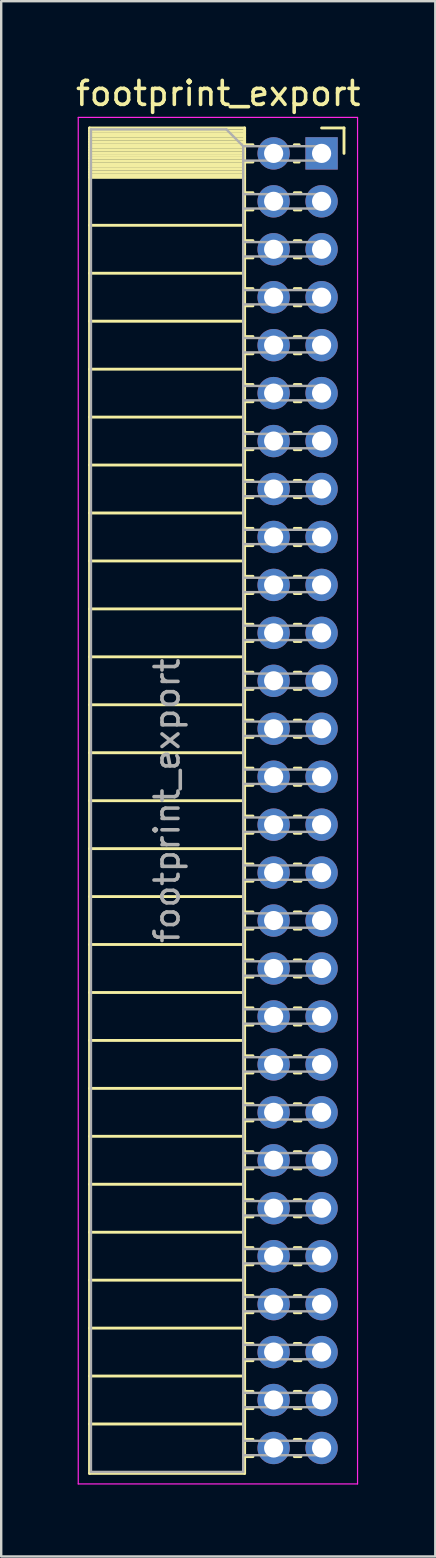
<source format=kicad_pcb>
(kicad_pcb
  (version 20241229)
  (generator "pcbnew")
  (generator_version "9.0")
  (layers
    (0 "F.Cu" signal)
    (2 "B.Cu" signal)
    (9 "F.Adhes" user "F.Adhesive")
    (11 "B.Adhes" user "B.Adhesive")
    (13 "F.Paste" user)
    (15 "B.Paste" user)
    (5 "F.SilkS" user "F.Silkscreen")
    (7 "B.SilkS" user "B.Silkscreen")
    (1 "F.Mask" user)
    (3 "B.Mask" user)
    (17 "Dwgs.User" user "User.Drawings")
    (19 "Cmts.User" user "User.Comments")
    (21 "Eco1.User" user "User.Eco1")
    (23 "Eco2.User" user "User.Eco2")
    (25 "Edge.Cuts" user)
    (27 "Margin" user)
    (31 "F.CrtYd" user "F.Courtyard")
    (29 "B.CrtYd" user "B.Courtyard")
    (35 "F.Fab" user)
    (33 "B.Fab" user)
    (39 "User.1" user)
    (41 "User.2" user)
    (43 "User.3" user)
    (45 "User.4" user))
  (footprint "footprint_export"
    (layer "F.Cu")
    (at 10.364 3.348)
    (property "Reference" "footprint_export" (at -4.31 -2.5 0) (layer "F.SilkS") (effects (font (size 1 1) (thickness 0.15))))
    (attr through_hole)
    (fp_line (start -9.68 -1.06) (end -9.68 55.06) (stroke (width 0.12) (type solid)) (layer "F.SilkS"))
    (fp_line (start -9.68 -1.06) (end -3.21 -1.06) (stroke (width 0.12) (type solid)) (layer "F.SilkS"))
    (fp_line (start -9.68 -0.94) (end -3.21 -0.94) (stroke (width 0.12) (type solid)) (layer "F.SilkS"))
    (fp_line (start -9.68 -0.826) (end -3.21 -0.826) (stroke (width 0.12) (type solid)) (layer "F.SilkS"))
    (fp_line (start -9.68 -0.712) (end -3.21 -0.712) (stroke (width 0.12) (type solid)) (layer "F.SilkS"))
    (fp_line (start -9.68 -0.598) (end -3.21 -0.598) (stroke (width 0.12) (type solid)) (layer "F.SilkS"))
    (fp_line (start -9.68 -0.484) (end -3.21 -0.484) (stroke (width 0.12) (type solid)) (layer "F.SilkS"))
    (fp_line (start -9.68 -0.369) (end -3.21 -0.369) (stroke (width 0.12) (type solid)) (layer "F.SilkS"))
    (fp_line (start -9.68 -0.255) (end -3.21 -0.255) (stroke (width 0.12) (type solid)) (layer "F.SilkS"))
    (fp_line (start -9.68 -0.141) (end -3.21 -0.141) (stroke (width 0.12) (type solid)) (layer "F.SilkS"))
    (fp_line (start -9.68 -0.027) (end -3.21 -0.027) (stroke (width 0.12) (type solid)) (layer "F.SilkS"))
    (fp_line (start -9.68 0.087) (end -3.21 0.087) (stroke (width 0.12) (type solid)) (layer "F.SilkS"))
    (fp_line (start -9.68 0.201) (end -3.21 0.201) (stroke (width 0.12) (type solid)) (layer "F.SilkS"))
    (fp_line (start -9.68 0.315) (end -3.21 0.315) (stroke (width 0.12) (type solid)) (layer "F.SilkS"))
    (fp_line (start -9.68 0.429) (end -3.21 0.429) (stroke (width 0.12) (type solid)) (layer "F.SilkS"))
    (fp_line (start -9.68 0.544) (end -3.21 0.544) (stroke (width 0.12) (type solid)) (layer "F.SilkS"))
    (fp_line (start -9.68 0.658) (end -3.21 0.658) (stroke (width 0.12) (type solid)) (layer "F.SilkS"))
    (fp_line (start -9.68 0.772) (end -3.21 0.772) (stroke (width 0.12) (type solid)) (layer "F.SilkS"))
    (fp_line (start -9.68 0.886) (end -3.21 0.886) (stroke (width 0.12) (type solid)) (layer "F.SilkS"))
    (fp_line (start -9.68 1) (end -3.21 1) (stroke (width 0.12) (type solid)) (layer "F.SilkS"))
    (fp_line (start -9.68 3) (end -3.21 3) (stroke (width 0.12) (type solid)) (layer "F.SilkS"))
    (fp_line (start -9.68 5) (end -3.21 5) (stroke (width 0.12) (type solid)) (layer "F.SilkS"))
    (fp_line (start -9.68 7) (end -3.21 7) (stroke (width 0.12) (type solid)) (layer "F.SilkS"))
    (fp_line (start -9.68 9) (end -3.21 9) (stroke (width 0.12) (type solid)) (layer "F.SilkS"))
    (fp_line (start -9.68 11) (end -3.21 11) (stroke (width 0.12) (type solid)) (layer "F.SilkS"))
    (fp_line (start -9.68 13) (end -3.21 13) (stroke (width 0.12) (type solid)) (layer "F.SilkS"))
    (fp_line (start -9.68 15) (end -3.21 15) (stroke (width 0.12) (type solid)) (layer "F.SilkS"))
    (fp_line (start -9.68 17) (end -3.21 17) (stroke (width 0.12) (type solid)) (layer "F.SilkS"))
    (fp_line (start -9.68 19) (end -3.21 19) (stroke (width 0.12) (type solid)) (layer "F.SilkS"))
    (fp_line (start -9.68 21) (end -3.21 21) (stroke (width 0.12) (type solid)) (layer "F.SilkS"))
    (fp_line (start -9.68 23) (end -3.21 23) (stroke (width 0.12) (type solid)) (layer "F.SilkS"))
    (fp_line (start -9.68 25) (end -3.21 25) (stroke (width 0.12) (type solid)) (layer "F.SilkS"))
    (fp_line (start -9.68 27) (end -3.21 27) (stroke (width 0.12) (type solid)) (layer "F.SilkS"))
    (fp_line (start -9.68 29) (end -3.21 29) (stroke (width 0.12) (type solid)) (layer "F.SilkS"))
    (fp_line (start -9.68 31) (end -3.21 31) (stroke (width 0.12) (type solid)) (layer "F.SilkS"))
    (fp_line (start -9.68 33) (end -3.21 33) (stroke (width 0.12) (type solid)) (layer "F.SilkS"))
    (fp_line (start -9.68 35) (end -3.21 35) (stroke (width 0.12) (type solid)) (layer "F.SilkS"))
    (fp_line (start -9.68 37) (end -3.21 37) (stroke (width 0.12) (type solid)) (layer "F.SilkS"))
    (fp_line (start -9.68 39) (end -3.21 39) (stroke (width 0.12) (type solid)) (layer "F.SilkS"))
    (fp_line (start -9.68 41) (end -3.21 41) (stroke (width 0.12) (type solid)) (layer "F.SilkS"))
    (fp_line (start -9.68 43) (end -3.21 43) (stroke (width 0.12) (type solid)) (layer "F.SilkS"))
    (fp_line (start -9.68 45) (end -3.21 45) (stroke (width 0.12) (type solid)) (layer "F.SilkS"))
    (fp_line (start -9.68 47) (end -3.21 47) (stroke (width 0.12) (type solid)) (layer "F.SilkS"))
    (fp_line (start -9.68 49) (end -3.21 49) (stroke (width 0.12) (type solid)) (layer "F.SilkS"))
    (fp_line (start -9.68 51) (end -3.21 51) (stroke (width 0.12) (type solid)) (layer "F.SilkS"))
    (fp_line (start -9.68 53) (end -3.21 53) (stroke (width 0.12) (type solid)) (layer "F.SilkS"))
    (fp_line (start -9.68 55.06) (end -3.21 55.06) (stroke (width 0.12) (type solid)) (layer "F.SilkS"))
    (fp_line (start -3.21 -1.06) (end -3.21 55.06) (stroke (width 0.12) (type solid)) (layer "F.SilkS"))
    (fp_line (start -3.21 -0.36) (end -2.863 -0.36) (stroke (width 0.12) (type solid)) (layer "F.SilkS"))
    (fp_line (start -3.21 0.36) (end -2.863 0.36) (stroke (width 0.12) (type solid)) (layer "F.SilkS"))
    (fp_line (start -3.21 1.64) (end -2.863 1.64) (stroke (width 0.12) (type solid)) (layer "F.SilkS"))
    (fp_line (start -3.21 2.36) (end -2.863 2.36) (stroke (width 0.12) (type solid)) (layer "F.SilkS"))
    (fp_line (start -3.21 3.64) (end -2.863 3.64) (stroke (width 0.12) (type solid)) (layer "F.SilkS"))
    (fp_line (start -3.21 4.36) (end -2.863 4.36) (stroke (width 0.12) (type solid)) (layer "F.SilkS"))
    (fp_line (start -3.21 5.64) (end -2.863 5.64) (stroke (width 0.12) (type solid)) (layer "F.SilkS"))
    (fp_line (start -3.21 6.36) (end -2.863 6.36) (stroke (width 0.12) (type solid)) (layer "F.SilkS"))
    (fp_line (start -3.21 7.64) (end -2.863 7.64) (stroke (width 0.12) (type solid)) (layer "F.SilkS"))
    (fp_line (start -3.21 8.36) (end -2.863 8.36) (stroke (width 0.12) (type solid)) (layer "F.SilkS"))
    (fp_line (start -3.21 9.64) (end -2.863 9.64) (stroke (width 0.12) (type solid)) (layer "F.SilkS"))
    (fp_line (start -3.21 10.36) (end -2.863 10.36) (stroke (width 0.12) (type solid)) (layer "F.SilkS"))
    (fp_line (start -3.21 11.64) (end -2.863 11.64) (stroke (width 0.12) (type solid)) (layer "F.SilkS"))
    (fp_line (start -3.21 12.36) (end -2.863 12.36) (stroke (width 0.12) (type solid)) (layer "F.SilkS"))
    (fp_line (start -3.21 13.64) (end -2.863 13.64) (stroke (width 0.12) (type solid)) (layer "F.SilkS"))
    (fp_line (start -3.21 14.36) (end -2.863 14.36) (stroke (width 0.12) (type solid)) (layer "F.SilkS"))
    (fp_line (start -3.21 15.64) (end -2.863 15.64) (stroke (width 0.12) (type solid)) (layer "F.SilkS"))
    (fp_line (start -3.21 16.36) (end -2.863 16.36) (stroke (width 0.12) (type solid)) (layer "F.SilkS"))
    (fp_line (start -3.21 17.64) (end -2.863 17.64) (stroke (width 0.12) (type solid)) (layer "F.SilkS"))
    (fp_line (start -3.21 18.36) (end -2.863 18.36) (stroke (width 0.12) (type solid)) (layer "F.SilkS"))
    (fp_line (start -3.21 19.64) (end -2.863 19.64) (stroke (width 0.12) (type solid)) (layer "F.SilkS"))
    (fp_line (start -3.21 20.36) (end -2.863 20.36) (stroke (width 0.12) (type solid)) (layer "F.SilkS"))
    (fp_line (start -3.21 21.64) (end -2.863 21.64) (stroke (width 0.12) (type solid)) (layer "F.SilkS"))
    (fp_line (start -3.21 22.36) (end -2.863 22.36) (stroke (width 0.12) (type solid)) (layer "F.SilkS"))
    (fp_line (start -3.21 23.64) (end -2.863 23.64) (stroke (width 0.12) (type solid)) (layer "F.SilkS"))
    (fp_line (start -3.21 24.36) (end -2.863 24.36) (stroke (width 0.12) (type solid)) (layer "F.SilkS"))
    (fp_line (start -3.21 25.64) (end -2.863 25.64) (stroke (width 0.12) (type solid)) (layer "F.SilkS"))
    (fp_line (start -3.21 26.36) (end -2.863 26.36) (stroke (width 0.12) (type solid)) (layer "F.SilkS"))
    (fp_line (start -3.21 27.64) (end -2.863 27.64) (stroke (width 0.12) (type solid)) (layer "F.SilkS"))
    (fp_line (start -3.21 28.36) (end -2.863 28.36) (stroke (width 0.12) (type solid)) (layer "F.SilkS"))
    (fp_line (start -3.21 29.64) (end -2.863 29.64) (stroke (width 0.12) (type solid)) (layer "F.SilkS"))
    (fp_line (start -3.21 30.36) (end -2.863 30.36) (stroke (width 0.12) (type solid)) (layer "F.SilkS"))
    (fp_line (start -3.21 31.64) (end -2.863 31.64) (stroke (width 0.12) (type solid)) (layer "F.SilkS"))
    (fp_line (start -3.21 32.36) (end -2.863 32.36) (stroke (width 0.12) (type solid)) (layer "F.SilkS"))
    (fp_line (start -3.21 33.64) (end -2.863 33.64) (stroke (width 0.12) (type solid)) (layer "F.SilkS"))
    (fp_line (start -3.21 34.36) (end -2.863 34.36) (stroke (width 0.12) (type solid)) (layer "F.SilkS"))
    (fp_line (start -3.21 35.64) (end -2.863 35.64) (stroke (width 0.12) (type solid)) (layer "F.SilkS"))
    (fp_line (start -3.21 36.36) (end -2.863 36.36) (stroke (width 0.12) (type solid)) (layer "F.SilkS"))
    (fp_line (start -3.21 37.64) (end -2.863 37.64) (stroke (width 0.12) (type solid)) (layer "F.SilkS"))
    (fp_line (start -3.21 38.36) (end -2.863 38.36) (stroke (width 0.12) (type solid)) (layer "F.SilkS"))
    (fp_line (start -3.21 39.64) (end -2.863 39.64) (stroke (width 0.12) (type solid)) (layer "F.SilkS"))
    (fp_line (start -3.21 40.36) (end -2.863 40.36) (stroke (width 0.12) (type solid)) (layer "F.SilkS"))
    (fp_line (start -3.21 41.64) (end -2.863 41.64) (stroke (width 0.12) (type solid)) (layer "F.SilkS"))
    (fp_line (start -3.21 42.36) (end -2.863 42.36) (stroke (width 0.12) (type solid)) (layer "F.SilkS"))
    (fp_line (start -3.21 43.64) (end -2.863 43.64) (stroke (width 0.12) (type solid)) (layer "F.SilkS"))
    (fp_line (start -3.21 44.36) (end -2.863 44.36) (stroke (width 0.12) (type solid)) (layer "F.SilkS"))
    (fp_line (start -3.21 45.64) (end -2.863 45.64) (stroke (width 0.12) (type solid)) (layer "F.SilkS"))
    (fp_line (start -3.21 46.36) (end -2.863 46.36) (stroke (width 0.12) (type solid)) (layer "F.SilkS"))
    (fp_line (start -3.21 47.64) (end -2.863 47.64) (stroke (width 0.12) (type solid)) (layer "F.SilkS"))
    (fp_line (start -3.21 48.36) (end -2.863 48.36) (stroke (width 0.12) (type solid)) (layer "F.SilkS"))
    (fp_line (start -3.21 49.64) (end -2.863 49.64) (stroke (width 0.12) (type solid)) (layer "F.SilkS"))
    (fp_line (start -3.21 50.36) (end -2.863 50.36) (stroke (width 0.12) (type solid)) (layer "F.SilkS"))
    (fp_line (start -3.21 51.64) (end -2.863 51.64) (stroke (width 0.12) (type solid)) (layer "F.SilkS"))
    (fp_line (start -3.21 52.36) (end -2.863 52.36) (stroke (width 0.12) (type solid)) (layer "F.SilkS"))
    (fp_line (start -3.21 53.64) (end -2.863 53.64) (stroke (width 0.12) (type solid)) (layer "F.SilkS"))
    (fp_line (start -3.21 54.36) (end -2.863 54.36) (stroke (width 0.12) (type solid)) (layer "F.SilkS"))
    (fp_line (start -1.137 -0.36) (end -0.935 -0.36) (stroke (width 0.12) (type solid)) (layer "F.SilkS"))
    (fp_line (start -1.137 0.36) (end -0.935 0.36) (stroke (width 0.12) (type solid)) (layer "F.SilkS"))
    (fp_line (start -1.137 1.64) (end -0.863 1.64) (stroke (width 0.12) (type solid)) (layer "F.SilkS"))
    (fp_line (start -1.137 2.36) (end -0.863 2.36) (stroke (width 0.12) (type solid)) (layer "F.SilkS"))
    (fp_line (start -1.137 3.64) (end -0.863 3.64) (stroke (width 0.12) (type solid)) (layer "F.SilkS"))
    (fp_line (start -1.137 4.36) (end -0.863 4.36) (stroke (width 0.12) (type solid)) (layer "F.SilkS"))
    (fp_line (start -1.137 5.64) (end -0.863 5.64) (stroke (width 0.12) (type solid)) (layer "F.SilkS"))
    (fp_line (start -1.137 6.36) (end -0.863 6.36) (stroke (width 0.12) (type solid)) (layer "F.SilkS"))
    (fp_line (start -1.137 7.64) (end -0.863 7.64) (stroke (width 0.12) (type solid)) (layer "F.SilkS"))
    (fp_line (start -1.137 8.36) (end -0.863 8.36) (stroke (width 0.12) (type solid)) (layer "F.SilkS"))
    (fp_line (start -1.137 9.64) (end -0.863 9.64) (stroke (width 0.12) (type solid)) (layer "F.SilkS"))
    (fp_line (start -1.137 10.36) (end -0.863 10.36) (stroke (width 0.12) (type solid)) (layer "F.SilkS"))
    (fp_line (start -1.137 11.64) (end -0.863 11.64) (stroke (width 0.12) (type solid)) (layer "F.SilkS"))
    (fp_line (start -1.137 12.36) (end -0.863 12.36) (stroke (width 0.12) (type solid)) (layer "F.SilkS"))
    (fp_line (start -1.137 13.64) (end -0.863 13.64) (stroke (width 0.12) (type solid)) (layer "F.SilkS"))
    (fp_line (start -1.137 14.36) (end -0.863 14.36) (stroke (width 0.12) (type solid)) (layer "F.SilkS"))
    (fp_line (start -1.137 15.64) (end -0.863 15.64) (stroke (width 0.12) (type solid)) (layer "F.SilkS"))
    (fp_line (start -1.137 16.36) (end -0.863 16.36) (stroke (width 0.12) (type solid)) (layer "F.SilkS"))
    (fp_line (start -1.137 17.64) (end -0.863 17.64) (stroke (width 0.12) (type solid)) (layer "F.SilkS"))
    (fp_line (start -1.137 18.36) (end -0.863 18.36) (stroke (width 0.12) (type solid)) (layer "F.SilkS"))
    (fp_line (start -1.137 19.64) (end -0.863 19.64) (stroke (width 0.12) (type solid)) (layer "F.SilkS"))
    (fp_line (start -1.137 20.36) (end -0.863 20.36) (stroke (width 0.12) (type solid)) (layer "F.SilkS"))
    (fp_line (start -1.137 21.64) (end -0.863 21.64) (stroke (width 0.12) (type solid)) (layer "F.SilkS"))
    (fp_line (start -1.137 22.36) (end -0.863 22.36) (stroke (width 0.12) (type solid)) (layer "F.SilkS"))
    (fp_line (start -1.137 23.64) (end -0.863 23.64) (stroke (width 0.12) (type solid)) (layer "F.SilkS"))
    (fp_line (start -1.137 24.36) (end -0.863 24.36) (stroke (width 0.12) (type solid)) (layer "F.SilkS"))
    (fp_line (start -1.137 25.64) (end -0.863 25.64) (stroke (width 0.12) (type solid)) (layer "F.SilkS"))
    (fp_line (start -1.137 26.36) (end -0.863 26.36) (stroke (width 0.12) (type solid)) (layer "F.SilkS"))
    (fp_line (start -1.137 27.64) (end -0.863 27.64) (stroke (width 0.12) (type solid)) (layer "F.SilkS"))
    (fp_line (start -1.137 28.36) (end -0.863 28.36) (stroke (width 0.12) (type solid)) (layer "F.SilkS"))
    (fp_line (start -1.137 29.64) (end -0.863 29.64) (stroke (width 0.12) (type solid)) (layer "F.SilkS"))
    (fp_line (start -1.137 30.36) (end -0.863 30.36) (stroke (width 0.12) (type solid)) (layer "F.SilkS"))
    (fp_line (start -1.137 31.64) (end -0.863 31.64) (stroke (width 0.12) (type solid)) (layer "F.SilkS"))
    (fp_line (start -1.137 32.36) (end -0.863 32.36) (stroke (width 0.12) (type solid)) (layer "F.SilkS"))
    (fp_line (start -1.137 33.64) (end -0.863 33.64) (stroke (width 0.12) (type solid)) (layer "F.SilkS"))
    (fp_line (start -1.137 34.36) (end -0.863 34.36) (stroke (width 0.12) (type solid)) (layer "F.SilkS"))
    (fp_line (start -1.137 35.64) (end -0.863 35.64) (stroke (width 0.12) (type solid)) (layer "F.SilkS"))
    (fp_line (start -1.137 36.36) (end -0.863 36.36) (stroke (width 0.12) (type solid)) (layer "F.SilkS"))
    (fp_line (start -1.137 37.64) (end -0.863 37.64) (stroke (width 0.12) (type solid)) (layer "F.SilkS"))
    (fp_line (start -1.137 38.36) (end -0.863 38.36) (stroke (width 0.12) (type solid)) (layer "F.SilkS"))
    (fp_line (start -1.137 39.64) (end -0.863 39.64) (stroke (width 0.12) (type solid)) (layer "F.SilkS"))
    (fp_line (start -1.137 40.36) (end -0.863 40.36) (stroke (width 0.12) (type solid)) (layer "F.SilkS"))
    (fp_line (start -1.137 41.64) (end -0.863 41.64) (stroke (width 0.12) (type solid)) (layer "F.SilkS"))
    (fp_line (start -1.137 42.36) (end -0.863 42.36) (stroke (width 0.12) (type solid)) (layer "F.SilkS"))
    (fp_line (start -1.137 43.64) (end -0.863 43.64) (stroke (width 0.12) (type solid)) (layer "F.SilkS"))
    (fp_line (start -1.137 44.36) (end -0.863 44.36) (stroke (width 0.12) (type solid)) (layer "F.SilkS"))
    (fp_line (start -1.137 45.64) (end -0.863 45.64) (stroke (width 0.12) (type solid)) (layer "F.SilkS"))
    (fp_line (start -1.137 46.36) (end -0.863 46.36) (stroke (width 0.12) (type solid)) (layer "F.SilkS"))
    (fp_line (start -1.137 47.64) (end -0.863 47.64) (stroke (width 0.12) (type solid)) (layer "F.SilkS"))
    (fp_line (start -1.137 48.36) (end -0.863 48.36) (stroke (width 0.12) (type solid)) (layer "F.SilkS"))
    (fp_line (start -1.137 49.64) (end -0.863 49.64) (stroke (width 0.12) (type solid)) (layer "F.SilkS"))
    (fp_line (start -1.137 50.36) (end -0.863 50.36) (stroke (width 0.12) (type solid)) (layer "F.SilkS"))
    (fp_line (start -1.137 51.64) (end -0.863 51.64) (stroke (width 0.12) (type solid)) (layer "F.SilkS"))
    (fp_line (start -1.137 52.36) (end -0.863 52.36) (stroke (width 0.12) (type solid)) (layer "F.SilkS"))
    (fp_line (start -1.137 53.64) (end -0.863 53.64) (stroke (width 0.12) (type solid)) (layer "F.SilkS"))
    (fp_line (start -1.137 54.36) (end -0.863 54.36) (stroke (width 0.12) (type solid)) (layer "F.SilkS"))
    (fp_line (start 0 -1.06) (end 0.935 -1.06) (stroke (width 0.12) (type solid)) (layer "F.SilkS"))
    (fp_line (start 0.935 -1.06) (end 0.935 0) (stroke (width 0.12) (type solid)) (layer "F.SilkS"))
    (fp_line (start -10.15 -1.5) (end -10.15 55.5) (stroke (width 0.05) (type solid)) (layer "F.CrtYd"))
    (fp_line (start -10.15 55.5) (end 1.5 55.5) (stroke (width 0.05) (type solid)) (layer "F.CrtYd"))
    (fp_line (start 1.5 -1.5) (end -10.15 -1.5) (stroke (width 0.05) (type solid)) (layer "F.CrtYd"))
    (fp_line (start 1.5 55.5) (end 1.5 -1.5) (stroke (width 0.05) (type solid)) (layer "F.CrtYd"))
    (fp_line (start -9.62 -1) (end -3.97 -1) (stroke (width 0.1) (type solid)) (layer "F.Fab"))
    (fp_line (start -9.62 55) (end -9.62 -1) (stroke (width 0.1) (type solid)) (layer "F.Fab"))
    (fp_line (start -3.97 -1) (end -3.27 -0.3) (stroke (width 0.1) (type solid)) (layer "F.Fab"))
    (fp_line (start -3.27 -0.3) (end -3.27 55) (stroke (width 0.1) (type solid)) (layer "F.Fab"))
    (fp_line (start -3.27 0.3) (end 0 0.3) (stroke (width 0.1) (type solid)) (layer "F.Fab"))
    (fp_line (start -3.27 2.3) (end 0 2.3) (stroke (width 0.1) (type solid)) (layer "F.Fab"))
    (fp_line (start -3.27 4.3) (end 0 4.3) (stroke (width 0.1) (type solid)) (layer "F.Fab"))
    (fp_line (start -3.27 6.3) (end 0 6.3) (stroke (width 0.1) (type solid)) (layer "F.Fab"))
    (fp_line (start -3.27 8.3) (end 0 8.3) (stroke (width 0.1) (type solid)) (layer "F.Fab"))
    (fp_line (start -3.27 10.3) (end 0 10.3) (stroke (width 0.1) (type solid)) (layer "F.Fab"))
    (fp_line (start -3.27 12.3) (end 0 12.3) (stroke (width 0.1) (type solid)) (layer "F.Fab"))
    (fp_line (start -3.27 14.3) (end 0 14.3) (stroke (width 0.1) (type solid)) (layer "F.Fab"))
    (fp_line (start -3.27 16.3) (end 0 16.3) (stroke (width 0.1) (type solid)) (layer "F.Fab"))
    (fp_line (start -3.27 18.3) (end 0 18.3) (stroke (width 0.1) (type solid)) (layer "F.Fab"))
    (fp_line (start -3.27 20.3) (end 0 20.3) (stroke (width 0.1) (type solid)) (layer "F.Fab"))
    (fp_line (start -3.27 22.3) (end 0 22.3) (stroke (width 0.1) (type solid)) (layer "F.Fab"))
    (fp_line (start -3.27 24.3) (end 0 24.3) (stroke (width 0.1) (type solid)) (layer "F.Fab"))
    (fp_line (start -3.27 26.3) (end 0 26.3) (stroke (width 0.1) (type solid)) (layer "F.Fab"))
    (fp_line (start -3.27 28.3) (end 0 28.3) (stroke (width 0.1) (type solid)) (layer "F.Fab"))
    (fp_line (start -3.27 30.3) (end 0 30.3) (stroke (width 0.1) (type solid)) (layer "F.Fab"))
    (fp_line (start -3.27 32.3) (end 0 32.3) (stroke (width 0.1) (type solid)) (layer "F.Fab"))
    (fp_line (start -3.27 34.3) (end 0 34.3) (stroke (width 0.1) (type solid)) (layer "F.Fab"))
    (fp_line (start -3.27 36.3) (end 0 36.3) (stroke (width 0.1) (type solid)) (layer "F.Fab"))
    (fp_line (start -3.27 38.3) (end 0 38.3) (stroke (width 0.1) (type solid)) (layer "F.Fab"))
    (fp_line (start -3.27 40.3) (end 0 40.3) (stroke (width 0.1) (type solid)) (layer "F.Fab"))
    (fp_line (start -3.27 42.3) (end 0 42.3) (stroke (width 0.1) (type solid)) (layer "F.Fab"))
    (fp_line (start -3.27 44.3) (end 0 44.3) (stroke (width 0.1) (type solid)) (layer "F.Fab"))
    (fp_line (start -3.27 46.3) (end 0 46.3) (stroke (width 0.1) (type solid)) (layer "F.Fab"))
    (fp_line (start -3.27 48.3) (end 0 48.3) (stroke (width 0.1) (type solid)) (layer "F.Fab"))
    (fp_line (start -3.27 50.3) (end 0 50.3) (stroke (width 0.1) (type solid)) (layer "F.Fab"))
    (fp_line (start -3.27 52.3) (end 0 52.3) (stroke (width 0.1) (type solid)) (layer "F.Fab"))
    (fp_line (start -3.27 54.3) (end 0 54.3) (stroke (width 0.1) (type solid)) (layer "F.Fab"))
    (fp_line (start -3.27 55) (end -9.62 55) (stroke (width 0.1) (type solid)) (layer "F.Fab"))
    (fp_line (start 0 -0.3) (end -3.27 -0.3) (stroke (width 0.1) (type solid)) (layer "F.Fab"))
    (fp_line (start 0 0.3) (end 0 -0.3) (stroke (width 0.1) (type solid)) (layer "F.Fab"))
    (fp_line (start 0 1.7) (end -3.27 1.7) (stroke (width 0.1) (type solid)) (layer "F.Fab"))
    (fp_line (start 0 2.3) (end 0 1.7) (stroke (width 0.1) (type solid)) (layer "F.Fab"))
    (fp_line (start 0 3.7) (end -3.27 3.7) (stroke (width 0.1) (type solid)) (layer "F.Fab"))
    (fp_line (start 0 4.3) (end 0 3.7) (stroke (width 0.1) (type solid)) (layer "F.Fab"))
    (fp_line (start 0 5.7) (end -3.27 5.7) (stroke (width 0.1) (type solid)) (layer "F.Fab"))
    (fp_line (start 0 6.3) (end 0 5.7) (stroke (width 0.1) (type solid)) (layer "F.Fab"))
    (fp_line (start 0 7.7) (end -3.27 7.7) (stroke (width 0.1) (type solid)) (layer "F.Fab"))
    (fp_line (start 0 8.3) (end 0 7.7) (stroke (width 0.1) (type solid)) (layer "F.Fab"))
    (fp_line (start 0 9.7) (end -3.27 9.7) (stroke (width 0.1) (type solid)) (layer "F.Fab"))
    (fp_line (start 0 10.3) (end 0 9.7) (stroke (width 0.1) (type solid)) (layer "F.Fab"))
    (fp_line (start 0 11.7) (end -3.27 11.7) (stroke (width 0.1) (type solid)) (layer "F.Fab"))
    (fp_line (start 0 12.3) (end 0 11.7) (stroke (width 0.1) (type solid)) (layer "F.Fab"))
    (fp_line (start 0 13.7) (end -3.27 13.7) (stroke (width 0.1) (type solid)) (layer "F.Fab"))
    (fp_line (start 0 14.3) (end 0 13.7) (stroke (width 0.1) (type solid)) (layer "F.Fab"))
    (fp_line (start 0 15.7) (end -3.27 15.7) (stroke (width 0.1) (type solid)) (layer "F.Fab"))
    (fp_line (start 0 16.3) (end 0 15.7) (stroke (width 0.1) (type solid)) (layer "F.Fab"))
    (fp_line (start 0 17.7) (end -3.27 17.7) (stroke (width 0.1) (type solid)) (layer "F.Fab"))
    (fp_line (start 0 18.3) (end 0 17.7) (stroke (width 0.1) (type solid)) (layer "F.Fab"))
    (fp_line (start 0 19.7) (end -3.27 19.7) (stroke (width 0.1) (type solid)) (layer "F.Fab"))
    (fp_line (start 0 20.3) (end 0 19.7) (stroke (width 0.1) (type solid)) (layer "F.Fab"))
    (fp_line (start 0 21.7) (end -3.27 21.7) (stroke (width 0.1) (type solid)) (layer "F.Fab"))
    (fp_line (start 0 22.3) (end 0 21.7) (stroke (width 0.1) (type solid)) (layer "F.Fab"))
    (fp_line (start 0 23.7) (end -3.27 23.7) (stroke (width 0.1) (type solid)) (layer "F.Fab"))
    (fp_line (start 0 24.3) (end 0 23.7) (stroke (width 0.1) (type solid)) (layer "F.Fab"))
    (fp_line (start 0 25.7) (end -3.27 25.7) (stroke (width 0.1) (type solid)) (layer "F.Fab"))
    (fp_line (start 0 26.3) (end 0 25.7) (stroke (width 0.1) (type solid)) (layer "F.Fab"))
    (fp_line (start 0 27.7) (end -3.27 27.7) (stroke (width 0.1) (type solid)) (layer "F.Fab"))
    (fp_line (start 0 28.3) (end 0 27.7) (stroke (width 0.1) (type solid)) (layer "F.Fab"))
    (fp_line (start 0 29.7) (end -3.27 29.7) (stroke (width 0.1) (type solid)) (layer "F.Fab"))
    (fp_line (start 0 30.3) (end 0 29.7) (stroke (width 0.1) (type solid)) (layer "F.Fab"))
    (fp_line (start 0 31.7) (end -3.27 31.7) (stroke (width 0.1) (type solid)) (layer "F.Fab"))
    (fp_line (start 0 32.3) (end 0 31.7) (stroke (width 0.1) (type solid)) (layer "F.Fab"))
    (fp_line (start 0 33.7) (end -3.27 33.7) (stroke (width 0.1) (type solid)) (layer "F.Fab"))
    (fp_line (start 0 34.3) (end 0 33.7) (stroke (width 0.1) (type solid)) (layer "F.Fab"))
    (fp_line (start 0 35.7) (end -3.27 35.7) (stroke (width 0.1) (type solid)) (layer "F.Fab"))
    (fp_line (start 0 36.3) (end 0 35.7) (stroke (width 0.1) (type solid)) (layer "F.Fab"))
    (fp_line (start 0 37.7) (end -3.27 37.7) (stroke (width 0.1) (type solid)) (layer "F.Fab"))
    (fp_line (start 0 38.3) (end 0 37.7) (stroke (width 0.1) (type solid)) (layer "F.Fab"))
    (fp_line (start 0 39.7) (end -3.27 39.7) (stroke (width 0.1) (type solid)) (layer "F.Fab"))
    (fp_line (start 0 40.3) (end 0 39.7) (stroke (width 0.1) (type solid)) (layer "F.Fab"))
    (fp_line (start 0 41.7) (end -3.27 41.7) (stroke (width 0.1) (type solid)) (layer "F.Fab"))
    (fp_line (start 0 42.3) (end 0 41.7) (stroke (width 0.1) (type solid)) (layer "F.Fab"))
    (fp_line (start 0 43.7) (end -3.27 43.7) (stroke (width 0.1) (type solid)) (layer "F.Fab"))
    (fp_line (start 0 44.3) (end 0 43.7) (stroke (width 0.1) (type solid)) (layer "F.Fab"))
    (fp_line (start 0 45.7) (end -3.27 45.7) (stroke (width 0.1) (type solid)) (layer "F.Fab"))
    (fp_line (start 0 46.3) (end 0 45.7) (stroke (width 0.1) (type solid)) (layer "F.Fab"))
    (fp_line (start 0 47.7) (end -3.27 47.7) (stroke (width 0.1) (type solid)) (layer "F.Fab"))
    (fp_line (start 0 48.3) (end 0 47.7) (stroke (width 0.1) (type solid)) (layer "F.Fab"))
    (fp_line (start 0 49.7) (end -3.27 49.7) (stroke (width 0.1) (type solid)) (layer "F.Fab"))
    (fp_line (start 0 50.3) (end 0 49.7) (stroke (width 0.1) (type solid)) (layer "F.Fab"))
    (fp_line (start 0 51.7) (end -3.27 51.7) (stroke (width 0.1) (type solid)) (layer "F.Fab"))
    (fp_line (start 0 52.3) (end 0 51.7) (stroke (width 0.1) (type solid)) (layer "F.Fab"))
    (fp_line (start 0 53.7) (end -3.27 53.7) (stroke (width 0.1) (type solid)) (layer "F.Fab"))
    (fp_line (start 0 54.3) (end 0 53.7) (stroke (width 0.1) (type solid)) (layer "F.Fab"))
    (fp_text user "${REFERENCE}" (at -6.445 27 90) (layer "F.Fab") (effects (font (size 1 1) (thickness 0.15))))
    (pad "1" thru_hole rect (at 0 0) (size 1.35 1.35) (drill 0.8) (layers "*.Cu" "*.Mask"))
    (pad "2" thru_hole oval (at -2 0) (size 1.35 1.35) (drill 0.8) (layers "*.Cu" "*.Mask"))
    (pad "3" thru_hole oval (at 0 2) (size 1.35 1.35) (drill 0.8) (layers "*.Cu" "*.Mask"))
    (pad "4" thru_hole oval (at -2 2) (size 1.35 1.35) (drill 0.8) (layers "*.Cu" "*.Mask"))
    (pad "5" thru_hole oval (at 0 4) (size 1.35 1.35) (drill 0.8) (layers "*.Cu" "*.Mask"))
    (pad "6" thru_hole oval (at -2 4) (size 1.35 1.35) (drill 0.8) (layers "*.Cu" "*.Mask"))
    (pad "7" thru_hole oval (at 0 6) (size 1.35 1.35) (drill 0.8) (layers "*.Cu" "*.Mask"))
    (pad "8" thru_hole oval (at -2 6) (size 1.35 1.35) (drill 0.8) (layers "*.Cu" "*.Mask"))
    (pad "9" thru_hole oval (at 0 8) (size 1.35 1.35) (drill 0.8) (layers "*.Cu" "*.Mask"))
    (pad "10" thru_hole oval (at -2 8) (size 1.35 1.35) (drill 0.8) (layers "*.Cu" "*.Mask"))
    (pad "11" thru_hole oval (at 0 10) (size 1.35 1.35) (drill 0.8) (layers "*.Cu" "*.Mask"))
    (pad "12" thru_hole oval (at -2 10) (size 1.35 1.35) (drill 0.8) (layers "*.Cu" "*.Mask"))
    (pad "13" thru_hole oval (at 0 12) (size 1.35 1.35) (drill 0.8) (layers "*.Cu" "*.Mask"))
    (pad "14" thru_hole oval (at -2 12) (size 1.35 1.35) (drill 0.8) (layers "*.Cu" "*.Mask"))
    (pad "15" thru_hole oval (at 0 14) (size 1.35 1.35) (drill 0.8) (layers "*.Cu" "*.Mask"))
    (pad "16" thru_hole oval (at -2 14) (size 1.35 1.35) (drill 0.8) (layers "*.Cu" "*.Mask"))
    (pad "17" thru_hole oval (at 0 16) (size 1.35 1.35) (drill 0.8) (layers "*.Cu" "*.Mask"))
    (pad "18" thru_hole oval (at -2 16) (size 1.35 1.35) (drill 0.8) (layers "*.Cu" "*.Mask"))
    (pad "19" thru_hole oval (at 0 18) (size 1.35 1.35) (drill 0.8) (layers "*.Cu" "*.Mask"))
    (pad "20" thru_hole oval (at -2 18) (size 1.35 1.35) (drill 0.8) (layers "*.Cu" "*.Mask"))
    (pad "21" thru_hole oval (at 0 20) (size 1.35 1.35) (drill 0.8) (layers "*.Cu" "*.Mask"))
    (pad "22" thru_hole oval (at -2 20) (size 1.35 1.35) (drill 0.8) (layers "*.Cu" "*.Mask"))
    (pad "23" thru_hole oval (at 0 22) (size 1.35 1.35) (drill 0.8) (layers "*.Cu" "*.Mask"))
    (pad "24" thru_hole oval (at -2 22) (size 1.35 1.35) (drill 0.8) (layers "*.Cu" "*.Mask"))
    (pad "25" thru_hole oval (at 0 24) (size 1.35 1.35) (drill 0.8) (layers "*.Cu" "*.Mask"))
    (pad "26" thru_hole oval (at -2 24) (size 1.35 1.35) (drill 0.8) (layers "*.Cu" "*.Mask"))
    (pad "27" thru_hole oval (at 0 26) (size 1.35 1.35) (drill 0.8) (layers "*.Cu" "*.Mask"))
    (pad "28" thru_hole oval (at -2 26) (size 1.35 1.35) (drill 0.8) (layers "*.Cu" "*.Mask"))
    (pad "29" thru_hole oval (at 0 28) (size 1.35 1.35) (drill 0.8) (layers "*.Cu" "*.Mask"))
    (pad "30" thru_hole oval (at -2 28) (size 1.35 1.35) (drill 0.8) (layers "*.Cu" "*.Mask"))
    (pad "31" thru_hole oval (at 0 30) (size 1.35 1.35) (drill 0.8) (layers "*.Cu" "*.Mask"))
    (pad "32" thru_hole oval (at -2 30) (size 1.35 1.35) (drill 0.8) (layers "*.Cu" "*.Mask"))
    (pad "33" thru_hole oval (at 0 32) (size 1.35 1.35) (drill 0.8) (layers "*.Cu" "*.Mask"))
    (pad "34" thru_hole oval (at -2 32) (size 1.35 1.35) (drill 0.8) (layers "*.Cu" "*.Mask"))
    (pad "35" thru_hole oval (at 0 34) (size 1.35 1.35) (drill 0.8) (layers "*.Cu" "*.Mask"))
    (pad "36" thru_hole oval (at -2 34) (size 1.35 1.35) (drill 0.8) (layers "*.Cu" "*.Mask"))
    (pad "37" thru_hole oval (at 0 36) (size 1.35 1.35) (drill 0.8) (layers "*.Cu" "*.Mask"))
    (pad "38" thru_hole oval (at -2 36) (size 1.35 1.35) (drill 0.8) (layers "*.Cu" "*.Mask"))
    (pad "39" thru_hole oval (at 0 38) (size 1.35 1.35) (drill 0.8) (layers "*.Cu" "*.Mask"))
    (pad "40" thru_hole oval (at -2 38) (size 1.35 1.35) (drill 0.8) (layers "*.Cu" "*.Mask"))
    (pad "41" thru_hole oval (at 0 40) (size 1.35 1.35) (drill 0.8) (layers "*.Cu" "*.Mask"))
    (pad "42" thru_hole oval (at -2 40) (size 1.35 1.35) (drill 0.8) (layers "*.Cu" "*.Mask"))
    (pad "43" thru_hole oval (at 0 42) (size 1.35 1.35) (drill 0.8) (layers "*.Cu" "*.Mask"))
    (pad "44" thru_hole oval (at -2 42) (size 1.35 1.35) (drill 0.8) (layers "*.Cu" "*.Mask"))
    (pad "45" thru_hole oval (at 0 44) (size 1.35 1.35) (drill 0.8) (layers "*.Cu" "*.Mask"))
    (pad "46" thru_hole oval (at -2 44) (size 1.35 1.35) (drill 0.8) (layers "*.Cu" "*.Mask"))
    (pad "47" thru_hole oval (at 0 46) (size 1.35 1.35) (drill 0.8) (layers "*.Cu" "*.Mask"))
    (pad "48" thru_hole oval (at -2 46) (size 1.35 1.35) (drill 0.8) (layers "*.Cu" "*.Mask"))
    (pad "49" thru_hole oval (at 0 48) (size 1.35 1.35) (drill 0.8) (layers "*.Cu" "*.Mask"))
    (pad "50" thru_hole oval (at -2 48) (size 1.35 1.35) (drill 0.8) (layers "*.Cu" "*.Mask"))
    (pad "51" thru_hole oval (at 0 50) (size 1.35 1.35) (drill 0.8) (layers "*.Cu" "*.Mask"))
    (pad "52" thru_hole oval (at -2 50) (size 1.35 1.35) (drill 0.8) (layers "*.Cu" "*.Mask"))
    (pad "53" thru_hole oval (at 0 52) (size 1.35 1.35) (drill 0.8) (layers "*.Cu" "*.Mask"))
    (pad "54" thru_hole oval (at -2 52) (size 1.35 1.35) (drill 0.8) (layers "*.Cu" "*.Mask"))
    (pad "55" thru_hole oval (at 0 54) (size 1.35 1.35) (drill 0.8) (layers "*.Cu" "*.Mask"))
    (pad "56" thru_hole oval (at -2 54) (size 1.35 1.35) (drill 0.8) (layers "*.Cu" "*.Mask")))
  (gr_rect
    (start -3 -3)
    (end 15.107 61.873)
    (stroke (width 0.1) (type default))
    (fill no)
    (layer "Edge.Cuts")))
</source>
